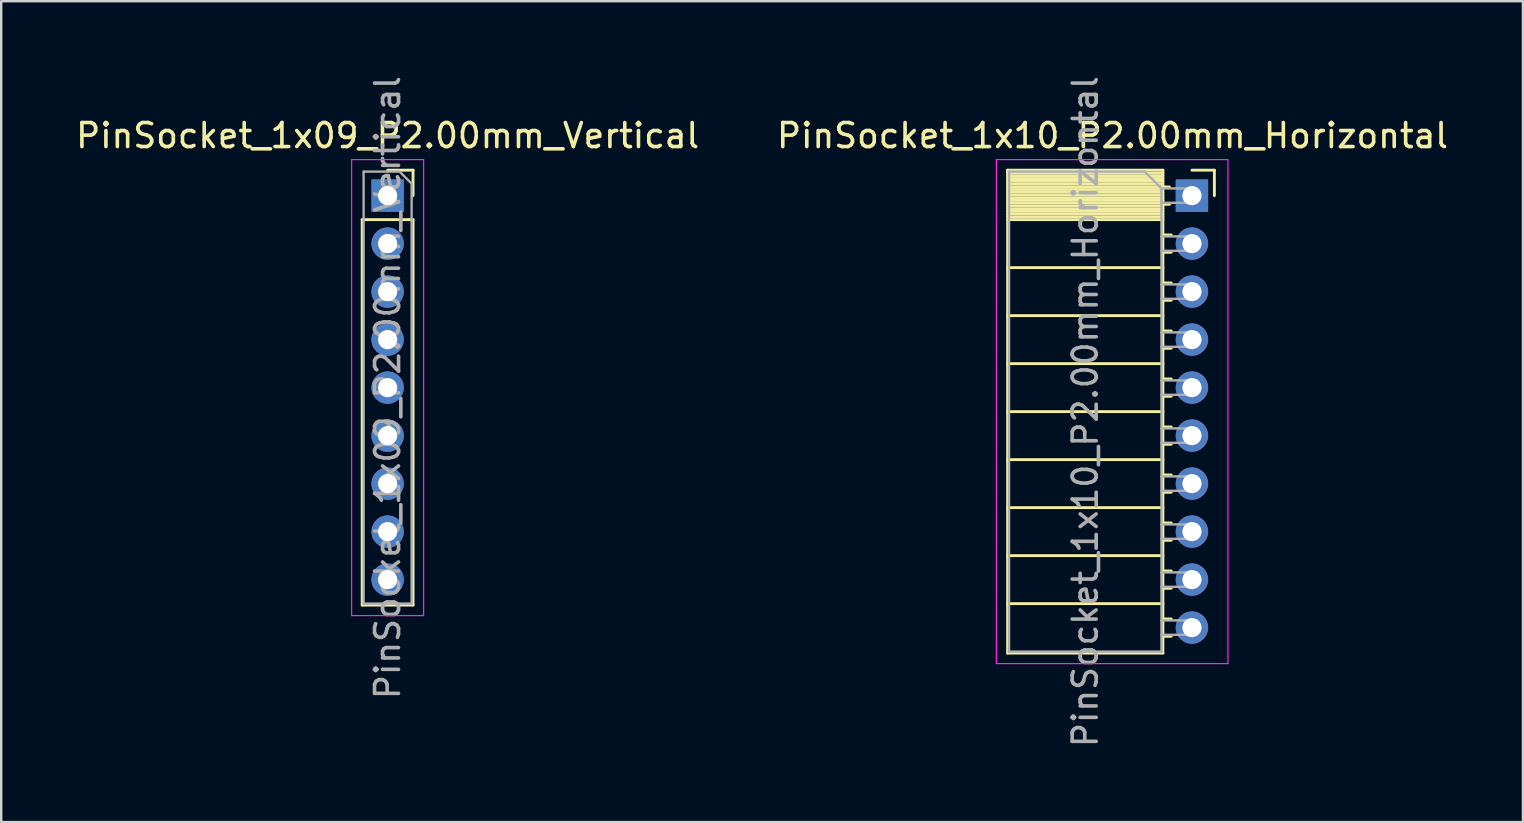
<source format=kicad_pcb>
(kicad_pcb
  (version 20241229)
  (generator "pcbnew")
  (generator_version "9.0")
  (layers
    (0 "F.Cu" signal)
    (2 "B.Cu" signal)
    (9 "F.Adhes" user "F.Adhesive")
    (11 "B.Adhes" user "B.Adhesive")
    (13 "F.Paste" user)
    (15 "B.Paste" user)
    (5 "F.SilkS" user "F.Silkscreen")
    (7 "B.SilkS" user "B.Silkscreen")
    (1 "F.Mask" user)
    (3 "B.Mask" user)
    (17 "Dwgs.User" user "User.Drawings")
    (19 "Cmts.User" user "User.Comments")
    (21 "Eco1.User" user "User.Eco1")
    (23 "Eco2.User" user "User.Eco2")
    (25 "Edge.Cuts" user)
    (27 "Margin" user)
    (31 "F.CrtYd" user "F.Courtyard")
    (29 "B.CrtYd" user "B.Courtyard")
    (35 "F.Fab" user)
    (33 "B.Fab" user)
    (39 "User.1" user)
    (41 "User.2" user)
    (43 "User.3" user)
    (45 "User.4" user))
  (footprint "PinSocket_1x10_P2.00mm_Horizontal"
    (layer "F.Cu")
    (at 46.614 5.101)
    (property "Reference" "PinSocket_1x10_P2.00mm_Horizontal" (at -3.31 -2.5 0) (layer "F.SilkS") (effects (font (size 1 1) (thickness 0.15))))
    (attr through_hole)
    (fp_line (start -7.68 -1.06) (end -7.68 19.06) (stroke (width 0.12) (type solid)) (layer "F.SilkS"))
    (fp_line (start -7.68 -1.06) (end -1.21 -1.06) (stroke (width 0.12) (type solid)) (layer "F.SilkS"))
    (fp_line (start -7.68 -0.94) (end -1.21 -0.94) (stroke (width 0.12) (type solid)) (layer "F.SilkS"))
    (fp_line (start -7.68 -0.826) (end -1.21 -0.826) (stroke (width 0.12) (type solid)) (layer "F.SilkS"))
    (fp_line (start -7.68 -0.712) (end -1.21 -0.712) (stroke (width 0.12) (type solid)) (layer "F.SilkS"))
    (fp_line (start -7.68 -0.598) (end -1.21 -0.598) (stroke (width 0.12) (type solid)) (layer "F.SilkS"))
    (fp_line (start -7.68 -0.484) (end -1.21 -0.484) (stroke (width 0.12) (type solid)) (layer "F.SilkS"))
    (fp_line (start -7.68 -0.369) (end -1.21 -0.369) (stroke (width 0.12) (type solid)) (layer "F.SilkS"))
    (fp_line (start -7.68 -0.255) (end -1.21 -0.255) (stroke (width 0.12) (type solid)) (layer "F.SilkS"))
    (fp_line (start -7.68 -0.141) (end -1.21 -0.141) (stroke (width 0.12) (type solid)) (layer "F.SilkS"))
    (fp_line (start -7.68 -0.027) (end -1.21 -0.027) (stroke (width 0.12) (type solid)) (layer "F.SilkS"))
    (fp_line (start -7.68 0.087) (end -1.21 0.087) (stroke (width 0.12) (type solid)) (layer "F.SilkS"))
    (fp_line (start -7.68 0.201) (end -1.21 0.201) (stroke (width 0.12) (type solid)) (layer "F.SilkS"))
    (fp_line (start -7.68 0.315) (end -1.21 0.315) (stroke (width 0.12) (type solid)) (layer "F.SilkS"))
    (fp_line (start -7.68 0.429) (end -1.21 0.429) (stroke (width 0.12) (type solid)) (layer "F.SilkS"))
    (fp_line (start -7.68 0.544) (end -1.21 0.544) (stroke (width 0.12) (type solid)) (layer "F.SilkS"))
    (fp_line (start -7.68 0.658) (end -1.21 0.658) (stroke (width 0.12) (type solid)) (layer "F.SilkS"))
    (fp_line (start -7.68 0.772) (end -1.21 0.772) (stroke (width 0.12) (type solid)) (layer "F.SilkS"))
    (fp_line (start -7.68 0.886) (end -1.21 0.886) (stroke (width 0.12) (type solid)) (layer "F.SilkS"))
    (fp_line (start -7.68 1) (end -1.21 1) (stroke (width 0.12) (type solid)) (layer "F.SilkS"))
    (fp_line (start -7.68 3) (end -1.21 3) (stroke (width 0.12) (type solid)) (layer "F.SilkS"))
    (fp_line (start -7.68 5) (end -1.21 5) (stroke (width 0.12) (type solid)) (layer "F.SilkS"))
    (fp_line (start -7.68 7) (end -1.21 7) (stroke (width 0.12) (type solid)) (layer "F.SilkS"))
    (fp_line (start -7.68 9) (end -1.21 9) (stroke (width 0.12) (type solid)) (layer "F.SilkS"))
    (fp_line (start -7.68 11) (end -1.21 11) (stroke (width 0.12) (type solid)) (layer "F.SilkS"))
    (fp_line (start -7.68 13) (end -1.21 13) (stroke (width 0.12) (type solid)) (layer "F.SilkS"))
    (fp_line (start -7.68 15) (end -1.21 15) (stroke (width 0.12) (type solid)) (layer "F.SilkS"))
    (fp_line (start -7.68 17) (end -1.21 17) (stroke (width 0.12) (type solid)) (layer "F.SilkS"))
    (fp_line (start -7.68 19.06) (end -1.21 19.06) (stroke (width 0.12) (type solid)) (layer "F.SilkS"))
    (fp_line (start -1.21 -1.06) (end -1.21 19.06) (stroke (width 0.12) (type solid)) (layer "F.SilkS"))
    (fp_line (start -1.21 -0.36) (end -0.935 -0.36) (stroke (width 0.12) (type solid)) (layer "F.SilkS"))
    (fp_line (start -1.21 0.36) (end -0.935 0.36) (stroke (width 0.12) (type solid)) (layer "F.SilkS"))
    (fp_line (start -1.21 1.64) (end -0.863 1.64) (stroke (width 0.12) (type solid)) (layer "F.SilkS"))
    (fp_line (start -1.21 2.36) (end -0.863 2.36) (stroke (width 0.12) (type solid)) (layer "F.SilkS"))
    (fp_line (start -1.21 3.64) (end -0.863 3.64) (stroke (width 0.12) (type solid)) (layer "F.SilkS"))
    (fp_line (start -1.21 4.36) (end -0.863 4.36) (stroke (width 0.12) (type solid)) (layer "F.SilkS"))
    (fp_line (start -1.21 5.64) (end -0.863 5.64) (stroke (width 0.12) (type solid)) (layer "F.SilkS"))
    (fp_line (start -1.21 6.36) (end -0.863 6.36) (stroke (width 0.12) (type solid)) (layer "F.SilkS"))
    (fp_line (start -1.21 7.64) (end -0.863 7.64) (stroke (width 0.12) (type solid)) (layer "F.SilkS"))
    (fp_line (start -1.21 8.36) (end -0.863 8.36) (stroke (width 0.12) (type solid)) (layer "F.SilkS"))
    (fp_line (start -1.21 9.64) (end -0.863 9.64) (stroke (width 0.12) (type solid)) (layer "F.SilkS"))
    (fp_line (start -1.21 10.36) (end -0.863 10.36) (stroke (width 0.12) (type solid)) (layer "F.SilkS"))
    (fp_line (start -1.21 11.64) (end -0.863 11.64) (stroke (width 0.12) (type solid)) (layer "F.SilkS"))
    (fp_line (start -1.21 12.36) (end -0.863 12.36) (stroke (width 0.12) (type solid)) (layer "F.SilkS"))
    (fp_line (start -1.21 13.64) (end -0.863 13.64) (stroke (width 0.12) (type solid)) (layer "F.SilkS"))
    (fp_line (start -1.21 14.36) (end -0.863 14.36) (stroke (width 0.12) (type solid)) (layer "F.SilkS"))
    (fp_line (start -1.21 15.64) (end -0.863 15.64) (stroke (width 0.12) (type solid)) (layer "F.SilkS"))
    (fp_line (start -1.21 16.36) (end -0.863 16.36) (stroke (width 0.12) (type solid)) (layer "F.SilkS"))
    (fp_line (start -1.21 17.64) (end -0.863 17.64) (stroke (width 0.12) (type solid)) (layer "F.SilkS"))
    (fp_line (start -1.21 18.36) (end -0.863 18.36) (stroke (width 0.12) (type solid)) (layer "F.SilkS"))
    (fp_line (start 0 -1.06) (end 0.935 -1.06) (stroke (width 0.12) (type solid)) (layer "F.SilkS"))
    (fp_line (start 0.935 -1.06) (end 0.935 0) (stroke (width 0.12) (type solid)) (layer "F.SilkS"))
    (fp_line (start -8.15 -1.5) (end -8.15 19.5) (stroke (width 0.05) (type solid)) (layer "F.CrtYd"))
    (fp_line (start -8.15 19.5) (end 1.5 19.5) (stroke (width 0.05) (type solid)) (layer "F.CrtYd"))
    (fp_line (start 1.5 -1.5) (end -8.15 -1.5) (stroke (width 0.05) (type solid)) (layer "F.CrtYd"))
    (fp_line (start 1.5 19.5) (end 1.5 -1.5) (stroke (width 0.05) (type solid)) (layer "F.CrtYd"))
    (fp_line (start -7.62 -1) (end -1.97 -1) (stroke (width 0.1) (type solid)) (layer "F.Fab"))
    (fp_line (start -7.62 19) (end -7.62 -1) (stroke (width 0.1) (type solid)) (layer "F.Fab"))
    (fp_line (start -1.97 -1) (end -1.27 -0.3) (stroke (width 0.1) (type solid)) (layer "F.Fab"))
    (fp_line (start -1.27 -0.3) (end -1.27 19) (stroke (width 0.1) (type solid)) (layer "F.Fab"))
    (fp_line (start -1.27 0.3) (end 0 0.3) (stroke (width 0.1) (type solid)) (layer "F.Fab"))
    (fp_line (start -1.27 2.3) (end 0 2.3) (stroke (width 0.1) (type solid)) (layer "F.Fab"))
    (fp_line (start -1.27 4.3) (end 0 4.3) (stroke (width 0.1) (type solid)) (layer "F.Fab"))
    (fp_line (start -1.27 6.3) (end 0 6.3) (stroke (width 0.1) (type solid)) (layer "F.Fab"))
    (fp_line (start -1.27 8.3) (end 0 8.3) (stroke (width 0.1) (type solid)) (layer "F.Fab"))
    (fp_line (start -1.27 10.3) (end 0 10.3) (stroke (width 0.1) (type solid)) (layer "F.Fab"))
    (fp_line (start -1.27 12.3) (end 0 12.3) (stroke (width 0.1) (type solid)) (layer "F.Fab"))
    (fp_line (start -1.27 14.3) (end 0 14.3) (stroke (width 0.1) (type solid)) (layer "F.Fab"))
    (fp_line (start -1.27 16.3) (end 0 16.3) (stroke (width 0.1) (type solid)) (layer "F.Fab"))
    (fp_line (start -1.27 18.3) (end 0 18.3) (stroke (width 0.1) (type solid)) (layer "F.Fab"))
    (fp_line (start -1.27 19) (end -7.62 19) (stroke (width 0.1) (type solid)) (layer "F.Fab"))
    (fp_line (start 0 -0.3) (end -1.27 -0.3) (stroke (width 0.1) (type solid)) (layer "F.Fab"))
    (fp_line (start 0 0.3) (end 0 -0.3) (stroke (width 0.1) (type solid)) (layer "F.Fab"))
    (fp_line (start 0 1.7) (end -1.27 1.7) (stroke (width 0.1) (type solid)) (layer "F.Fab"))
    (fp_line (start 0 2.3) (end 0 1.7) (stroke (width 0.1) (type solid)) (layer "F.Fab"))
    (fp_line (start 0 3.7) (end -1.27 3.7) (stroke (width 0.1) (type solid)) (layer "F.Fab"))
    (fp_line (start 0 4.3) (end 0 3.7) (stroke (width 0.1) (type solid)) (layer "F.Fab"))
    (fp_line (start 0 5.7) (end -1.27 5.7) (stroke (width 0.1) (type solid)) (layer "F.Fab"))
    (fp_line (start 0 6.3) (end 0 5.7) (stroke (width 0.1) (type solid)) (layer "F.Fab"))
    (fp_line (start 0 7.7) (end -1.27 7.7) (stroke (width 0.1) (type solid)) (layer "F.Fab"))
    (fp_line (start 0 8.3) (end 0 7.7) (stroke (width 0.1) (type solid)) (layer "F.Fab"))
    (fp_line (start 0 9.7) (end -1.27 9.7) (stroke (width 0.1) (type solid)) (layer "F.Fab"))
    (fp_line (start 0 10.3) (end 0 9.7) (stroke (width 0.1) (type solid)) (layer "F.Fab"))
    (fp_line (start 0 11.7) (end -1.27 11.7) (stroke (width 0.1) (type solid)) (layer "F.Fab"))
    (fp_line (start 0 12.3) (end 0 11.7) (stroke (width 0.1) (type solid)) (layer "F.Fab"))
    (fp_line (start 0 13.7) (end -1.27 13.7) (stroke (width 0.1) (type solid)) (layer "F.Fab"))
    (fp_line (start 0 14.3) (end 0 13.7) (stroke (width 0.1) (type solid)) (layer "F.Fab"))
    (fp_line (start 0 15.7) (end -1.27 15.7) (stroke (width 0.1) (type solid)) (layer "F.Fab"))
    (fp_line (start 0 16.3) (end 0 15.7) (stroke (width 0.1) (type solid)) (layer "F.Fab"))
    (fp_line (start 0 17.7) (end -1.27 17.7) (stroke (width 0.1) (type solid)) (layer "F.Fab"))
    (fp_line (start 0 18.3) (end 0 17.7) (stroke (width 0.1) (type solid)) (layer "F.Fab"))
    (fp_text user "${REFERENCE}" (at -4.445 9 90) (layer "F.Fab") (effects (font (size 1 1) (thickness 0.15))))
    (pad "1" thru_hole rect (at 0 0) (size 1.35 1.35) (drill 0.8) (layers "*.Cu" "*.Mask"))
    (pad "2" thru_hole circle (at 0 2) (size 1.35 1.35) (drill 0.8) (layers "*.Cu" "*.Mask"))
    (pad "3" thru_hole circle (at 0 4) (size 1.35 1.35) (drill 0.8) (layers "*.Cu" "*.Mask"))
    (pad "4" thru_hole circle (at 0 6) (size 1.35 1.35) (drill 0.8) (layers "*.Cu" "*.Mask"))
    (pad "5" thru_hole circle (at 0 8) (size 1.35 1.35) (drill 0.8) (layers "*.Cu" "*.Mask"))
    (pad "6" thru_hole circle (at 0 10) (size 1.35 1.35) (drill 0.8) (layers "*.Cu" "*.Mask"))
    (pad "7" thru_hole circle (at 0 12) (size 1.35 1.35) (drill 0.8) (layers "*.Cu" "*.Mask"))
    (pad "8" thru_hole circle (at 0 14) (size 1.35 1.35) (drill 0.8) (layers "*.Cu" "*.Mask"))
    (pad "9" thru_hole circle (at 0 16) (size 1.35 1.35) (drill 0.8) (layers "*.Cu" "*.Mask"))
    (pad "10" thru_hole circle (at 0 18) (size 1.35 1.35) (drill 0.8) (layers "*.Cu" "*.Mask")))
  (footprint "PinSocket_1x09_P2.00mm_Vertical"
    (layer "F.Cu")
    (at 13.101 5.101)
    (property "Reference" "PinSocket_1x09_P2.00mm_Vertical" (at 0 -2.5 0) (layer "F.SilkS") (effects (font (size 1 1) (thickness 0.15))))
    (attr through_hole)
    (fp_line (start -1.06 1) (end -1.06 17.06) (stroke (width 0.12) (type solid)) (layer "F.SilkS"))
    (fp_line (start -1.06 1) (end 1.06 1) (stroke (width 0.12) (type solid)) (layer "F.SilkS"))
    (fp_line (start -1.06 17.06) (end 1.06 17.06) (stroke (width 0.12) (type solid)) (layer "F.SilkS"))
    (fp_line (start 0 -1.06) (end 1.06 -1.06) (stroke (width 0.12) (type solid)) (layer "F.SilkS"))
    (fp_line (start 1.06 -1.06) (end 1.06 0) (stroke (width 0.12) (type solid)) (layer "F.SilkS"))
    (fp_line (start 1.06 1) (end 1.06 17.06) (stroke (width 0.12) (type solid)) (layer "F.SilkS"))
    (fp_line (start -1.5 -1.5) (end 1.5 -1.5) (stroke (width 0.05) (type solid)) (layer "F.CrtYd"))
    (fp_line (start -1.5 17.5) (end -1.5 -1.5) (stroke (width 0.05) (type solid)) (layer "F.CrtYd"))
    (fp_line (start 1.5 -1.5) (end 1.5 17.5) (stroke (width 0.05) (type solid)) (layer "F.CrtYd"))
    (fp_line (start 1.5 17.5) (end -1.5 17.5) (stroke (width 0.05) (type solid)) (layer "F.CrtYd"))
    (fp_line (start -1 -1) (end 0.5 -1) (stroke (width 0.1) (type solid)) (layer "F.Fab"))
    (fp_line (start -1 17) (end -1 -1) (stroke (width 0.1) (type solid)) (layer "F.Fab"))
    (fp_line (start 0.5 -1) (end 1 -0.5) (stroke (width 0.1) (type solid)) (layer "F.Fab"))
    (fp_line (start 1 -0.5) (end 1 17) (stroke (width 0.1) (type solid)) (layer "F.Fab"))
    (fp_line (start 1 17) (end -1 17) (stroke (width 0.1) (type solid)) (layer "F.Fab"))
    (fp_text user "${REFERENCE}" (at 0 8 90) (layer "F.Fab") (effects (font (size 1 1) (thickness 0.15))))
    (pad "1" thru_hole rect (at 0 0) (size 1.35 1.35) (drill 0.8) (layers "*.Cu" "*.Mask"))
    (pad "2" thru_hole circle (at 0 2) (size 1.35 1.35) (drill 0.8) (layers "*.Cu" "*.Mask"))
    (pad "3" thru_hole circle (at 0 4) (size 1.35 1.35) (drill 0.8) (layers "*.Cu" "*.Mask"))
    (pad "4" thru_hole circle (at 0 6) (size 1.35 1.35) (drill 0.8) (layers "*.Cu" "*.Mask"))
    (pad "5" thru_hole circle (at 0 8) (size 1.35 1.35) (drill 0.8) (layers "*.Cu" "*.Mask"))
    (pad "6" thru_hole circle (at 0 10) (size 1.35 1.35) (drill 0.8) (layers "*.Cu" "*.Mask"))
    (pad "7" thru_hole circle (at 0 12) (size 1.35 1.35) (drill 0.8) (layers "*.Cu" "*.Mask"))
    (pad "8" thru_hole circle (at 0 14) (size 1.35 1.35) (drill 0.8) (layers "*.Cu" "*.Mask"))
    (pad "9" thru_hole circle (at 0 16) (size 1.35 1.35) (drill 0.8) (layers "*.Cu" "*.Mask")))
  (gr_rect
    (start -3 -3)
    (end 60.405 31.202)
    (stroke (width 0.1) (type default))
    (fill no)
    (layer "Edge.Cuts")))
</source>
